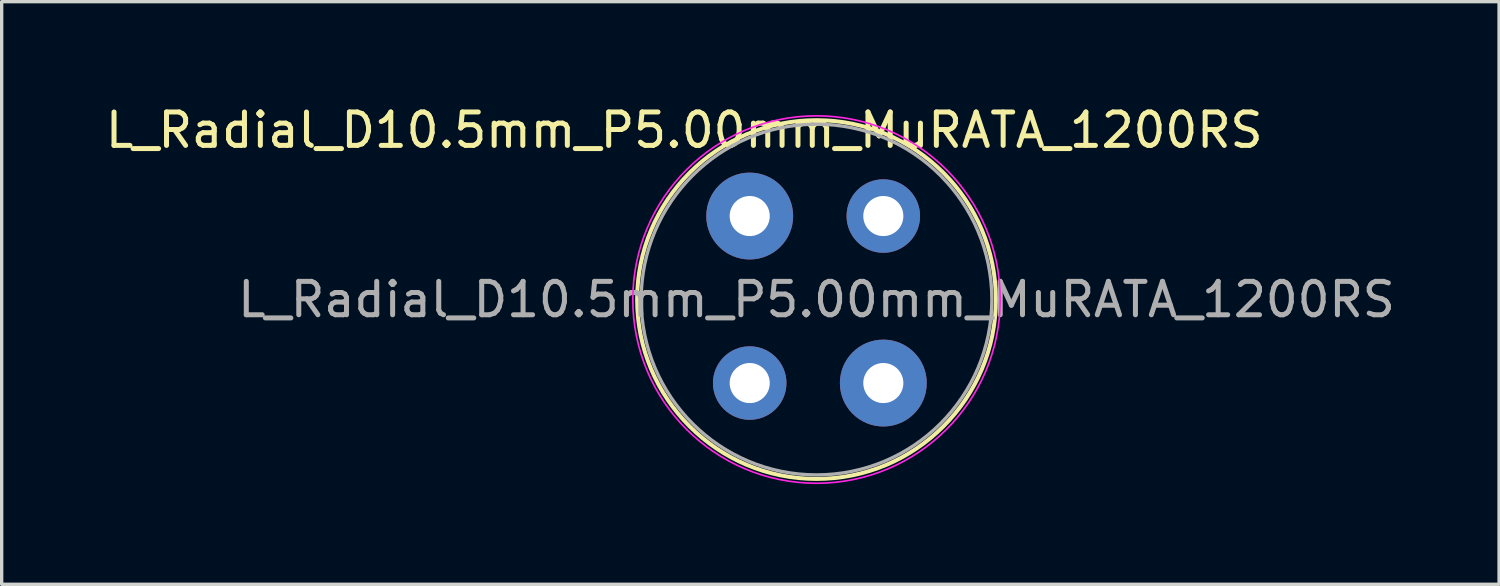
<source format=kicad_pcb>
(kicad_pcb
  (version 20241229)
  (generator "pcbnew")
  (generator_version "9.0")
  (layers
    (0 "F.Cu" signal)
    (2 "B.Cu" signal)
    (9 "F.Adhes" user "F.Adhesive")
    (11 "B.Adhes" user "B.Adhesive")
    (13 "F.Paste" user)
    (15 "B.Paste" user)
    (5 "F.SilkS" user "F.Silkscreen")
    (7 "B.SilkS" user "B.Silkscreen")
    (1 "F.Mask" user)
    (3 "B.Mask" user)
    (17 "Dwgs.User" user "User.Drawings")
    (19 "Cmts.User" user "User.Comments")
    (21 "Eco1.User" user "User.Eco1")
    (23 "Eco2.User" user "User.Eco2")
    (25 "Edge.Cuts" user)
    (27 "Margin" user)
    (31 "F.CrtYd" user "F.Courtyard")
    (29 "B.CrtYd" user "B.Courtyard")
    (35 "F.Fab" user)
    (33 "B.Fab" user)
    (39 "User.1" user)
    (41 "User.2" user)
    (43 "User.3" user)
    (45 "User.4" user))
  (footprint "L_Radial_D10.5mm_P5.00mm_MuRATA_1200RS"
    (layer "F.Cu")
    (at 19.395 3.418)
    (property "Reference" "L_Radial_D10.5mm_P5.00mm_MuRATA_1200RS" (at -1.96 -2.57 0) (layer "F.SilkS") (effects (font (size 1 1) (thickness 0.15))))
    (attr through_hole)
    (fp_circle (center 2 2.5) (end 7.37 2.5) (stroke (width 0.12) (type solid)) (fill no) (layer "F.SilkS"))
    (fp_circle (center 2 2.5) (end 7.5 2.5) (stroke (width 0.05) (type solid)) (fill no) (layer "F.CrtYd"))
    (fp_circle (center 2 2.5) (end 7.25 2.5) (stroke (width 0.1) (type solid)) (fill no) (layer "F.Fab"))
    (fp_text user "${REFERENCE}" (at 2 2.5 0) (layer "F.Fab") (effects (font (size 1 1) (thickness 0.15))))
    (pad "" thru_hole circle (at 0 5) (size 2.2 2.2) (drill 1.2) (layers "*.Cu" "*.Mask"))
    (pad "" thru_hole circle (at 4 0) (size 2.2 2.2) (drill 1.2) (layers "*.Cu" "*.Mask"))
    (pad "1" thru_hole circle (at 0 0) (size 2.6 2.6) (drill 1.2) (layers "*.Cu" "*.Mask"))
    (pad "2" thru_hole circle (at 4 5) (size 2.6 2.6) (drill 1.2) (layers "*.Cu" "*.Mask")))
  (gr_rect
    (start -3 -3)
    (end 41.829 14.443)
    (stroke (width 0.1) (type default))
    (fill no)
    (layer "Edge.Cuts")))
</source>
